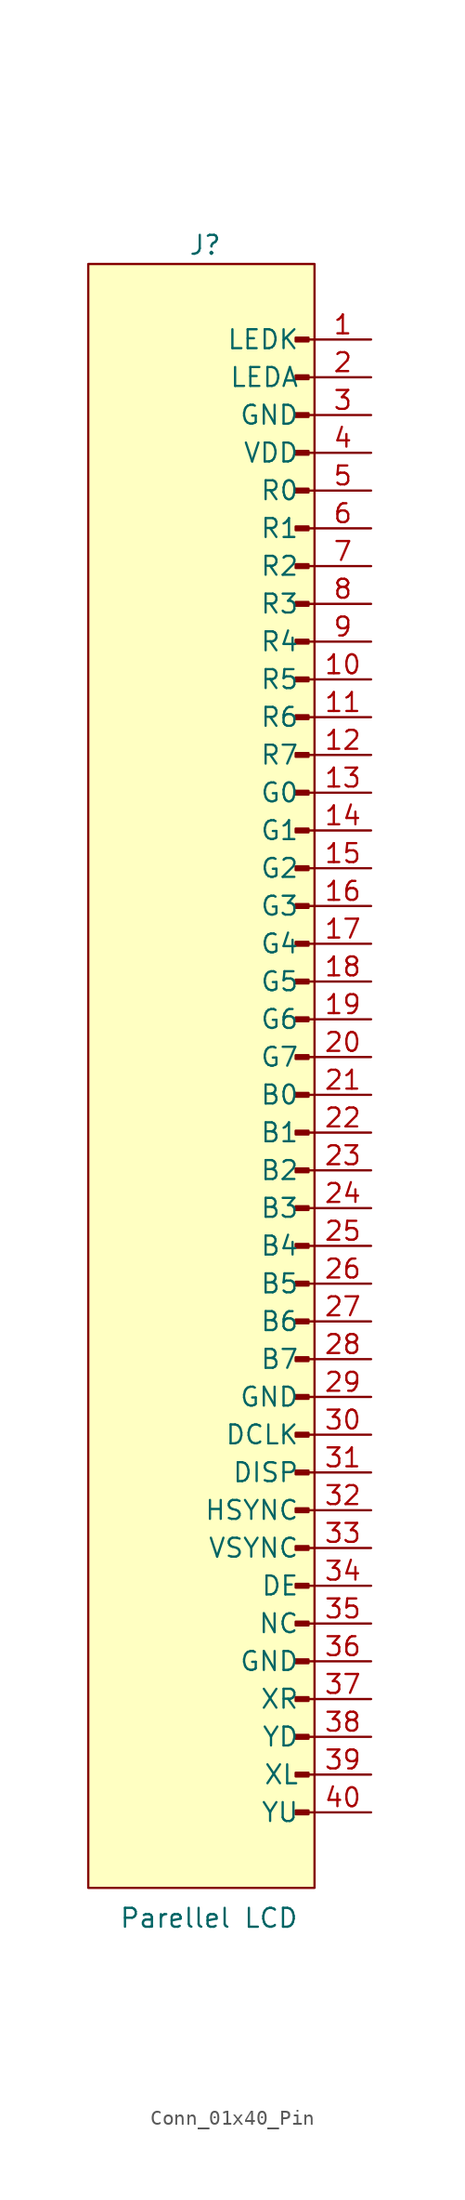
<source format=kicad_sym>
(kicad_symbol_lib
  (version 20241209)
  (generator "kicad_symbol_editor")
  (generator_version "9.0")
  (symbol "Conn_01x40_Pin"
    (pin_names
      (offset 1.016))
    (property "Reference" "J"
      (at -6.096 54.61 0)
      (effects (font (size 1.27 1.27))))
    (property "Value" "Parellel LCD"
      (at -5.842 -57.912 0)
      (effects (font (size 1.27 1.27))))
    (symbol "Conn_01x40_Pin_1_1"
      (rectangle (start -13.97 53.34) (end 1.27 -55.88) (stroke (width 0) (type solid)) (fill (type background)))
      (rectangle (start 0 48.387) (end 0.864 48.133) (stroke (width 0.152) (type default)) (fill (type outline)))
      (rectangle (start 0.864 45.847) (end 0 45.593) (stroke (width 0.152) (type default)) (fill (type outline)))
      (rectangle (start 0.864 43.307) (end 0 43.053) (stroke (width 0.152) (type default)) (fill (type outline)))
      (rectangle (start 0.864 40.767) (end 0 40.513) (stroke (width 0.152) (type default)) (fill (type outline)))
      (rectangle (start 0.864 38.227) (end 0 37.973) (stroke (width 0.152) (type default)) (fill (type outline)))
      (rectangle (start 0.864 35.687) (end 0 35.433) (stroke (width 0.152) (type default)) (fill (type outline)))
      (rectangle (start 0.864 33.147) (end 0 32.893) (stroke (width 0.152) (type default)) (fill (type outline)))
      (rectangle (start 0.864 30.607) (end 0 30.353) (stroke (width 0.152) (type default)) (fill (type outline)))
      (rectangle (start 0.864 28.067) (end 0 27.813) (stroke (width 0.152) (type default)) (fill (type outline)))
      (rectangle (start 0.864 25.527) (end 0 25.273) (stroke (width 0.152) (type default)) (fill (type outline)))
      (rectangle (start 0.864 22.987) (end 0 22.733) (stroke (width 0.152) (type default)) (fill (type outline)))
      (rectangle (start 0.864 20.447) (end 0 20.193) (stroke (width 0.152) (type default)) (fill (type outline)))
      (rectangle (start 0.864 17.907) (end 0 17.653) (stroke (width 0.152) (type default)) (fill (type outline)))
      (rectangle (start 0.864 15.367) (end 0 15.113) (stroke (width 0.152) (type default)) (fill (type outline)))
      (rectangle (start 0.864 12.827) (end 0 12.573) (stroke (width 0.152) (type default)) (fill (type outline)))
      (rectangle (start 0.864 10.287) (end 0 10.033) (stroke (width 0.152) (type default)) (fill (type outline)))
      (rectangle (start 0.864 7.747) (end 0 7.493) (stroke (width 0.152) (type default)) (fill (type outline)))
      (rectangle (start 0.864 5.207) (end 0 4.953) (stroke (width 0.152) (type default)) (fill (type outline)))
      (rectangle (start 0.864 2.667) (end 0 2.413) (stroke (width 0.152) (type default)) (fill (type outline)))
      (rectangle (start 0.864 0.127) (end 0 -0.127) (stroke (width 0.152) (type default)) (fill (type outline)))
      (rectangle (start 0.864 -2.413) (end 0 -2.667) (stroke (width 0.152) (type default)) (fill (type outline)))
      (rectangle (start 0.864 -4.953) (end 0 -5.207) (stroke (width 0.152) (type default)) (fill (type outline)))
      (rectangle (start 0.864 -7.493) (end 0 -7.747) (stroke (width 0.152) (type default)) (fill (type outline)))
      (rectangle (start 0.864 -10.033) (end 0 -10.287) (stroke (width 0.152) (type default)) (fill (type outline)))
      (rectangle (start 0.864 -12.573) (end 0 -12.827) (stroke (width 0.152) (type default)) (fill (type outline)))
      (rectangle (start 0.864 -15.113) (end 0 -15.367) (stroke (width 0.152) (type default)) (fill (type outline)))
      (rectangle (start 0.864 -17.653) (end 0 -17.907) (stroke (width 0.152) (type default)) (fill (type outline)))
      (rectangle (start 0.864 -20.193) (end 0 -20.447) (stroke (width 0.152) (type default)) (fill (type outline)))
      (rectangle (start 0.864 -22.733) (end 0 -22.987) (stroke (width 0.152) (type default)) (fill (type outline)))
      (rectangle (start 0.864 -25.273) (end 0 -25.527) (stroke (width 0.152) (type default)) (fill (type outline)))
      (rectangle (start 0.864 -27.813) (end 0 -28.067) (stroke (width 0.152) (type default)) (fill (type outline)))
      (rectangle (start 0.864 -30.353) (end 0 -30.607) (stroke (width 0.152) (type default)) (fill (type outline)))
      (rectangle (start 0.864 -32.893) (end 0 -33.147) (stroke (width 0.152) (type default)) (fill (type outline)))
      (rectangle (start 0.864 -35.433) (end 0 -35.687) (stroke (width 0.152) (type default)) (fill (type outline)))
      (rectangle (start 0.864 -37.973) (end 0 -38.227) (stroke (width 0.152) (type default)) (fill (type outline)))
      (rectangle (start 0.864 -40.513) (end 0 -40.767) (stroke (width 0.152) (type default)) (fill (type outline)))
      (rectangle (start 0.864 -43.053) (end 0 -43.307) (stroke (width 0.152) (type default)) (fill (type outline)))
      (rectangle (start 0.864 -45.593) (end 0 -45.847) (stroke (width 0.152) (type default)) (fill (type outline)))
      (rectangle (start 0.864 -48.133) (end 0 -48.387) (stroke (width 0.152) (type default)) (fill (type outline)))
      (rectangle (start 0.864 -50.673) (end 0 -50.927) (stroke (width 0.152) (type default)) (fill (type outline)))
      (polyline (pts (xy 1.27 48.26) (xy 0.864 48.26)) (stroke (width 0.152) (type default)) (fill (type none)))
      (polyline (pts (xy 1.27 45.72) (xy 0.864 45.72)) (stroke (width 0.152) (type default)) (fill (type none)))
      (polyline (pts (xy 1.27 43.18) (xy 0.864 43.18)) (stroke (width 0.152) (type default)) (fill (type none)))
      (polyline (pts (xy 1.27 40.64) (xy 0.864 40.64)) (stroke (width 0.152) (type default)) (fill (type none)))
      (polyline (pts (xy 1.27 38.1) (xy 0.864 38.1)) (stroke (width 0.152) (type default)) (fill (type none)))
      (polyline (pts (xy 1.27 35.56) (xy 0.864 35.56)) (stroke (width 0.152) (type default)) (fill (type none)))
      (polyline (pts (xy 1.27 33.02) (xy 0.864 33.02)) (stroke (width 0.152) (type default)) (fill (type none)))
      (polyline (pts (xy 1.27 30.48) (xy 0.864 30.48)) (stroke (width 0.152) (type default)) (fill (type none)))
      (polyline (pts (xy 1.27 27.94) (xy 0.864 27.94)) (stroke (width 0.152) (type default)) (fill (type none)))
      (polyline (pts (xy 1.27 25.4) (xy 0.864 25.4)) (stroke (width 0.152) (type default)) (fill (type none)))
      (polyline (pts (xy 1.27 22.86) (xy 0.864 22.86)) (stroke (width 0.152) (type default)) (fill (type none)))
      (polyline (pts (xy 1.27 20.32) (xy 0.864 20.32)) (stroke (width 0.152) (type default)) (fill (type none)))
      (polyline (pts (xy 1.27 17.78) (xy 0.864 17.78)) (stroke (width 0.152) (type default)) (fill (type none)))
      (polyline (pts (xy 1.27 15.24) (xy 0.864 15.24)) (stroke (width 0.152) (type default)) (fill (type none)))
      (polyline (pts (xy 1.27 12.7) (xy 0.864 12.7)) (stroke (width 0.152) (type default)) (fill (type none)))
      (polyline (pts (xy 1.27 10.16) (xy 0.864 10.16)) (stroke (width 0.152) (type default)) (fill (type none)))
      (polyline (pts (xy 1.27 7.62) (xy 0.864 7.62)) (stroke (width 0.152) (type default)) (fill (type none)))
      (polyline (pts (xy 1.27 5.08) (xy 0.864 5.08)) (stroke (width 0.152) (type default)) (fill (type none)))
      (polyline (pts (xy 1.27 2.54) (xy 0.864 2.54)) (stroke (width 0.152) (type default)) (fill (type none)))
      (polyline (pts (xy 1.27 0) (xy 0.864 0)) (stroke (width 0.152) (type default)) (fill (type none)))
      (polyline (pts (xy 1.27 -2.54) (xy 0.864 -2.54)) (stroke (width 0.152) (type default)) (fill (type none)))
      (polyline (pts (xy 1.27 -5.08) (xy 0.864 -5.08)) (stroke (width 0.152) (type default)) (fill (type none)))
      (polyline (pts (xy 1.27 -7.62) (xy 0.864 -7.62)) (stroke (width 0.152) (type default)) (fill (type none)))
      (polyline (pts (xy 1.27 -10.16) (xy 0.864 -10.16)) (stroke (width 0.152) (type default)) (fill (type none)))
      (polyline (pts (xy 1.27 -12.7) (xy 0.864 -12.7)) (stroke (width 0.152) (type default)) (fill (type none)))
      (polyline (pts (xy 1.27 -15.24) (xy 0.864 -15.24)) (stroke (width 0.152) (type default)) (fill (type none)))
      (polyline (pts (xy 1.27 -17.78) (xy 0.864 -17.78)) (stroke (width 0.152) (type default)) (fill (type none)))
      (polyline (pts (xy 1.27 -20.32) (xy 0.864 -20.32)) (stroke (width 0.152) (type default)) (fill (type none)))
      (polyline (pts (xy 1.27 -22.86) (xy 0.864 -22.86)) (stroke (width 0.152) (type default)) (fill (type none)))
      (polyline (pts (xy 1.27 -25.4) (xy 0.864 -25.4)) (stroke (width 0.152) (type default)) (fill (type none)))
      (polyline (pts (xy 1.27 -27.94) (xy 0.864 -27.94)) (stroke (width 0.152) (type default)) (fill (type none)))
      (polyline (pts (xy 1.27 -30.48) (xy 0.864 -30.48)) (stroke (width 0.152) (type default)) (fill (type none)))
      (polyline (pts (xy 1.27 -33.02) (xy 0.864 -33.02)) (stroke (width 0.152) (type default)) (fill (type none)))
      (polyline (pts (xy 1.27 -35.56) (xy 0.864 -35.56)) (stroke (width 0.152) (type default)) (fill (type none)))
      (polyline (pts (xy 1.27 -38.1) (xy 0.864 -38.1)) (stroke (width 0.152) (type default)) (fill (type none)))
      (polyline (pts (xy 1.27 -40.64) (xy 0.864 -40.64)) (stroke (width 0.152) (type default)) (fill (type none)))
      (polyline (pts (xy 1.27 -43.18) (xy 0.864 -43.18)) (stroke (width 0.152) (type default)) (fill (type none)))
      (polyline (pts (xy 1.27 -45.72) (xy 0.864 -45.72)) (stroke (width 0.152) (type default)) (fill (type none)))
      (polyline (pts (xy 1.27 -48.26) (xy 0.864 -48.26)) (stroke (width 0.152) (type default)) (fill (type none)))
      (polyline (pts (xy 1.27 -50.8) (xy 0.864 -50.8)) (stroke (width 0.152) (type default)) (fill (type none)))
      (pin passive line (at 5.08 48.26 180) (length 3.81) (name "LEDK" (effects (font (size 1.27 1.27)))) (number "1" (effects (font (size 1.27 1.27)))))
      (pin passive line (at 5.08 45.72 180) (length 3.81) (name "LEDA" (effects (font (size 1.27 1.27)))) (number "2" (effects (font (size 1.27 1.27)))))
      (pin passive line (at 5.08 43.18 180) (length 3.81) (name "GND" (effects (font (size 1.27 1.27)))) (number "3" (effects (font (size 1.27 1.27)))))
      (pin passive line (at 5.08 40.64 180) (length 3.81) (name "VDD" (effects (font (size 1.27 1.27)))) (number "4" (effects (font (size 1.27 1.27)))))
      (pin passive line (at 5.08 38.1 180) (length 3.81) (name "R0" (effects (font (size 1.27 1.27)))) (number "5" (effects (font (size 1.27 1.27)))))
      (pin passive line (at 5.08 35.56 180) (length 3.81) (name "R1" (effects (font (size 1.27 1.27)))) (number "6" (effects (font (size 1.27 1.27)))))
      (pin passive line (at 5.08 33.02 180) (length 3.81) (name "R2" (effects (font (size 1.27 1.27)))) (number "7" (effects (font (size 1.27 1.27)))))
      (pin passive line (at 5.08 30.48 180) (length 3.81) (name "R3" (effects (font (size 1.27 1.27)))) (number "8" (effects (font (size 1.27 1.27)))))
      (pin passive line (at 5.08 27.94 180) (length 3.81) (name "R4" (effects (font (size 1.27 1.27)))) (number "9" (effects (font (size 1.27 1.27)))))
      (pin passive line (at 5.08 25.4 180) (length 3.81) (name "R5" (effects (font (size 1.27 1.27)))) (number "10" (effects (font (size 1.27 1.27)))))
      (pin passive line (at 5.08 22.86 180) (length 3.81) (name "R6" (effects (font (size 1.27 1.27)))) (number "11" (effects (font (size 1.27 1.27)))))
      (pin passive line (at 5.08 20.32 180) (length 3.81) (name "R7" (effects (font (size 1.27 1.27)))) (number "12" (effects (font (size 1.27 1.27)))))
      (pin passive line (at 5.08 17.78 180) (length 3.81) (name "G0" (effects (font (size 1.27 1.27)))) (number "13" (effects (font (size 1.27 1.27)))))
      (pin passive line (at 5.08 15.24 180) (length 3.81) (name "G1" (effects (font (size 1.27 1.27)))) (number "14" (effects (font (size 1.27 1.27)))))
      (pin passive line (at 5.08 12.7 180) (length 3.81) (name "G2" (effects (font (size 1.27 1.27)))) (number "15" (effects (font (size 1.27 1.27)))))
      (pin passive line (at 5.08 10.16 180) (length 3.81) (name "G3" (effects (font (size 1.27 1.27)))) (number "16" (effects (font (size 1.27 1.27)))))
      (pin passive line (at 5.08 7.62 180) (length 3.81) (name "G4" (effects (font (size 1.27 1.27)))) (number "17" (effects (font (size 1.27 1.27)))))
      (pin passive line (at 5.08 5.08 180) (length 3.81) (name "G5" (effects (font (size 1.27 1.27)))) (number "18" (effects (font (size 1.27 1.27)))))
      (pin passive line (at 5.08 2.54 180) (length 3.81) (name "G6" (effects (font (size 1.27 1.27)))) (number "19" (effects (font (size 1.27 1.27)))))
      (pin passive line (at 5.08 0 180) (length 3.81) (name "G7" (effects (font (size 1.27 1.27)))) (number "20" (effects (font (size 1.27 1.27)))))
      (pin passive line (at 5.08 -2.54 180) (length 3.81) (name "B0" (effects (font (size 1.27 1.27)))) (number "21" (effects (font (size 1.27 1.27)))))
      (pin passive line (at 5.08 -5.08 180) (length 3.81) (name "B1" (effects (font (size 1.27 1.27)))) (number "22" (effects (font (size 1.27 1.27)))))
      (pin passive line (at 5.08 -7.62 180) (length 3.81) (name "B2" (effects (font (size 1.27 1.27)))) (number "23" (effects (font (size 1.27 1.27)))))
      (pin passive line (at 5.08 -10.16 180) (length 3.81) (name "B3" (effects (font (size 1.27 1.27)))) (number "24" (effects (font (size 1.27 1.27)))))
      (pin passive line (at 5.08 -12.7 180) (length 3.81) (name "B4" (effects (font (size 1.27 1.27)))) (number "25" (effects (font (size 1.27 1.27)))))
      (pin passive line (at 5.08 -15.24 180) (length 3.81) (name "B5" (effects (font (size 1.27 1.27)))) (number "26" (effects (font (size 1.27 1.27)))))
      (pin passive line (at 5.08 -17.78 180) (length 3.81) (name "B6" (effects (font (size 1.27 1.27)))) (number "27" (effects (font (size 1.27 1.27)))))
      (pin passive line (at 5.08 -20.32 180) (length 3.81) (name "B7" (effects (font (size 1.27 1.27)))) (number "28" (effects (font (size 1.27 1.27)))))
      (pin passive line (at 5.08 -22.86 180) (length 3.81) (name "GND" (effects (font (size 1.27 1.27)))) (number "29" (effects (font (size 1.27 1.27)))))
      (pin passive line (at 5.08 -25.4 180) (length 3.81) (name "DCLK" (effects (font (size 1.27 1.27)))) (number "30" (effects (font (size 1.27 1.27)))))
      (pin passive line (at 5.08 -27.94 180) (length 3.81) (name "DISP" (effects (font (size 1.27 1.27)))) (number "31" (effects (font (size 1.27 1.27)))))
      (pin passive line (at 5.08 -30.48 180) (length 3.81) (name "HSYNC" (effects (font (size 1.27 1.27)))) (number "32" (effects (font (size 1.27 1.27)))))
      (pin passive line (at 5.08 -33.02 180) (length 3.81) (name "VSYNC" (effects (font (size 1.27 1.27)))) (number "33" (effects (font (size 1.27 1.27)))))
      (pin passive line (at 5.08 -35.56 180) (length 3.81) (name "DE" (effects (font (size 1.27 1.27)))) (number "34" (effects (font (size 1.27 1.27)))))
      (pin passive line (at 5.08 -38.1 180) (length 3.81) (name "NC" (effects (font (size 1.27 1.27)))) (number "35" (effects (font (size 1.27 1.27)))))
      (pin passive line (at 5.08 -40.64 180) (length 3.81) (name "GND" (effects (font (size 1.27 1.27)))) (number "36" (effects (font (size 1.27 1.27)))))
      (pin passive line (at 5.08 -43.18 180) (length 3.81) (name "XR" (effects (font (size 1.27 1.27)))) (number "37" (effects (font (size 1.27 1.27)))))
      (pin passive line (at 5.08 -45.72 180) (length 3.81) (name "YD" (effects (font (size 1.27 1.27)))) (number "38" (effects (font (size 1.27 1.27)))))
      (pin passive line (at 5.08 -48.26 180) (length 3.81) (name "XL" (effects (font (size 1.27 1.27)))) (number "39" (effects (font (size 1.27 1.27)))))
      (pin passive line (at 5.08 -50.8 180) (length 3.81) (name "YU" (effects (font (size 1.27 1.27)))) (number "40" (effects (font (size 1.27 1.27))))))))
</source>
